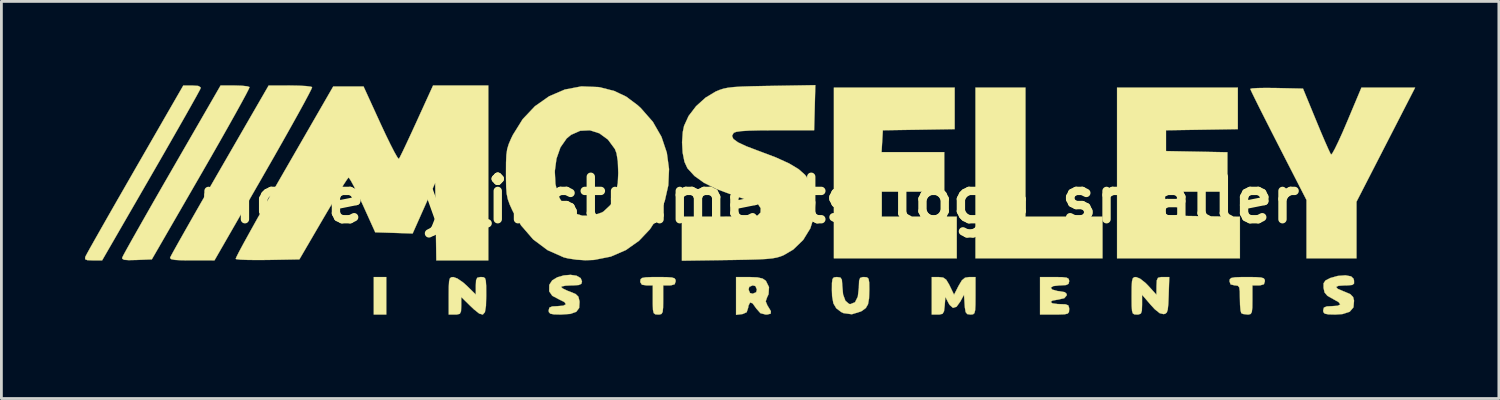
<source format=kicad_pcb>
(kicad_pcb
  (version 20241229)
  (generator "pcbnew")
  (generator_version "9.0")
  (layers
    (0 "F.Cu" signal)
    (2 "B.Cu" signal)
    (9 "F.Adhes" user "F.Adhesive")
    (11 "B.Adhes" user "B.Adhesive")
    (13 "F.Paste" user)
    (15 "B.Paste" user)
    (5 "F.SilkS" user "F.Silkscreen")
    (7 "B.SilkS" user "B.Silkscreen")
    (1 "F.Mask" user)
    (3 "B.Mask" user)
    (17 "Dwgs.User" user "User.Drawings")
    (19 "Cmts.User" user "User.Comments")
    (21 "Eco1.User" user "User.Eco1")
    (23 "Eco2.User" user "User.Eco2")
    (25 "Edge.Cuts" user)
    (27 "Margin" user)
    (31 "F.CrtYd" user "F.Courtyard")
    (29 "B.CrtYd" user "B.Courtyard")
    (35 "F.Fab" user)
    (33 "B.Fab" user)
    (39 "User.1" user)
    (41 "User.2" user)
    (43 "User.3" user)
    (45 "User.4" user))
  (footprint "moseley_instruments_logo_smaller"
    (layer "F.Cu")
    (at 23.809 4.127)
    (property "Reference" "moseley_instruments_logo_smaller" (at 0 0 0) (layer "F.SilkS") (effects (font (size 1.524 1.524) (thickness 0.3))))
    (attr through_hole)
    (fp_poly (pts (xy -12.999 4.109) (xy -13.447 4.109) (xy -13.447 2.764) (xy -12.999 2.764) (xy -12.999 4.109)) (stroke (width 0.01) (type solid)) (fill yes) (layer "F.SilkS"))
    (fp_poly (pts (xy 9.936 0.598) (xy 12.7 0.598) (xy 12.7 2.092) (xy 8.143 2.092) (xy 8.143 -4.034) (xy 9.936 -4.034) (xy 9.936 0.598)) (stroke (width 0.01) (type solid)) (fill yes) (layer "F.SilkS"))
    (fp_poly (pts (xy 7.396 -2.544) (xy 6.107 -2.523) (xy 4.819 -2.503) (xy 4.796 -2.11) (xy 4.773 -1.718) (xy 7.022 -1.718) (xy 7.022 -0.299) (xy 4.781 -0.299) (xy 4.781 0.598) (xy 7.471 0.598) (xy 7.471 2.092) (xy 3.063 2.092) (xy 3.063 -4.034) (xy 7.396 -4.034) (xy 7.396 -2.544)) (stroke (width 0.01) (type solid)) (fill yes) (layer "F.SilkS"))
    (fp_poly (pts (xy 17.556 -2.544) (xy 16.267 -2.523) (xy 14.979 -2.503) (xy 14.979 -1.756) (xy 16.08 -1.735) (xy 17.182 -1.714) (xy 17.182 -0.299) (xy 14.934 -0.299) (xy 14.956 0.131) (xy 14.979 0.56) (xy 16.305 0.581) (xy 17.631 0.601) (xy 17.631 2.092) (xy 13.223 2.092) (xy 13.223 -4.034) (xy 17.556 -4.034) (xy 17.556 -2.544)) (stroke (width 0.01) (type solid)) (fill yes) (layer "F.SilkS"))
    (fp_poly (pts (xy -19.747 -4.094) (xy -19.662 -4.045) (xy -19.661 -4.009) (xy -19.702 -3.926) (xy -19.811 -3.726) (xy -19.98 -3.424) (xy -20.201 -3.032) (xy -20.468 -2.564) (xy -20.772 -2.032) (xy -21.106 -1.45) (xy -21.44 -0.871) (xy -23.195 2.166) (xy -23.521 2.166) (xy -23.721 2.158) (xy -23.804 2.124) (xy -23.801 2.048) (xy -23.797 2.036) (xy -23.75 1.946) (xy -23.637 1.74) (xy -23.463 1.432) (xy -23.238 1.035) (xy -22.969 0.562) (xy -22.663 0.027) (xy -22.328 -0.556) (xy -22.015 -1.101) (xy -20.283 -4.107) (xy -19.96 -4.108) (xy -19.747 -4.094)) (stroke (width 0.01) (type solid)) (fill yes) (layer "F.SilkS"))
    (fp_poly (pts (xy -18.183 -4.101) (xy -17.99 -4.081) (xy -17.905 -4.053) (xy -17.935 -3.979) (xy -18.032 -3.789) (xy -18.191 -3.495) (xy -18.403 -3.111) (xy -18.662 -2.649) (xy -18.96 -2.122) (xy -19.29 -1.544) (xy -19.641 -0.934) (xy -21.411 2.129) (xy -21.955 2.151) (xy -22.241 2.157) (xy -22.405 2.145) (xy -22.471 2.108) (xy -22.474 2.068) (xy -22.433 1.983) (xy -22.324 1.783) (xy -22.155 1.48) (xy -21.933 1.087) (xy -21.667 0.618) (xy -21.363 0.085) (xy -21.029 -0.497) (xy -20.697 -1.073) (xy -18.944 -4.109) (xy -18.441 -4.109) (xy -18.183 -4.101)) (stroke (width 0.01) (type solid)) (fill yes) (layer "F.SilkS"))
    (fp_poly (pts (xy -16.137 -4.103) (xy -15.875 -4.089) (xy -15.705 -4.067) (xy -15.66 -4.05) (xy -15.689 -3.975) (xy -15.786 -3.784) (xy -15.943 -3.489) (xy -16.154 -3.104) (xy -16.412 -2.641) (xy -16.709 -2.113) (xy -17.038 -1.533) (xy -17.393 -0.914) (xy -17.393 -0.913) (xy -19.162 2.163) (xy -19.971 2.165) (xy -20.341 2.162) (xy -20.581 2.149) (xy -20.713 2.123) (xy -20.756 2.083) (xy -20.755 2.069) (xy -20.714 1.986) (xy -20.605 1.787) (xy -20.436 1.485) (xy -20.215 1.094) (xy -19.949 0.626) (xy -19.645 0.094) (xy -19.31 -0.488) (xy -18.975 -1.069) (xy -17.22 -4.108) (xy -16.458 -4.109) (xy -16.137 -4.103)) (stroke (width 0.01) (type solid)) (fill yes) (layer "F.SilkS"))
    (fp_poly (pts (xy -2.941 2.767) (xy -2.752 2.78) (xy -2.655 2.81) (xy -2.619 2.864) (xy -2.615 2.914) (xy -2.65 3.023) (xy -2.781 3.061) (xy -2.839 3.063) (xy -3.063 3.063) (xy -3.063 3.586) (xy -3.066 3.859) (xy -3.082 4.015) (xy -3.123 4.088) (xy -3.2 4.108) (xy -3.25 4.109) (xy -3.347 4.101) (xy -3.403 4.056) (xy -3.429 3.942) (xy -3.436 3.725) (xy -3.436 3.586) (xy -3.436 3.063) (xy -3.661 3.063) (xy -3.825 3.039) (xy -3.882 2.952) (xy -3.885 2.914) (xy -3.873 2.841) (xy -3.818 2.797) (xy -3.691 2.774) (xy -3.462 2.765) (xy -3.25 2.764) (xy -2.941 2.767)) (stroke (width 0.01) (type solid)) (fill yes) (layer "F.SilkS"))
    (fp_poly (pts (xy 18.201 2.767) (xy 18.389 2.78) (xy 18.487 2.81) (xy 18.523 2.864) (xy 18.527 2.914) (xy 18.492 3.023) (xy 18.361 3.061) (xy 18.303 3.063) (xy 18.079 3.063) (xy 18.079 3.586) (xy 18.076 3.859) (xy 18.059 4.016) (xy 18.018 4.088) (xy 17.942 4.108) (xy 17.905 4.109) (xy 17.748 4.09) (xy 17.68 4.059) (xy 17.654 3.963) (xy 17.636 3.764) (xy 17.631 3.536) (xy 17.627 3.279) (xy 17.608 3.138) (xy 17.559 3.077) (xy 17.467 3.063) (xy 17.444 3.063) (xy 17.297 3.028) (xy 17.257 2.914) (xy 17.269 2.841) (xy 17.324 2.797) (xy 17.451 2.774) (xy 17.68 2.765) (xy 17.892 2.764) (xy 18.201 2.767)) (stroke (width 0.01) (type solid)) (fill yes) (layer "F.SilkS"))
    (fp_poly (pts (xy 22.866 -1.986) (xy 21.814 0.062) (xy 21.814 2.092) (xy 20.021 2.092) (xy 20.021 -0.000432) (xy 19.013 -1.967) (xy 18.758 -2.466) (xy 18.527 -2.922) (xy 18.327 -3.318) (xy 18.169 -3.637) (xy 18.059 -3.862) (xy 18.007 -3.976) (xy 18.004 -3.987) (xy 18.074 -4.005) (xy 18.265 -4.017) (xy 18.55 -4.022) (xy 18.899 -4.019) (xy 18.95 -4.018) (xy 19.895 -3.997) (xy 20.371 -2.841) (xy 20.532 -2.453) (xy 20.677 -2.114) (xy 20.795 -1.847) (xy 20.875 -1.677) (xy 20.903 -1.629) (xy 20.948 -1.676) (xy 21.039 -1.84) (xy 21.166 -2.102) (xy 21.32 -2.441) (xy 21.475 -2.803) (xy 21.992 -4.034) (xy 23.918 -4.034) (xy 22.866 -1.986)) (stroke (width 0.01) (type solid)) (fill yes) (layer "F.SilkS"))
    (fp_poly (pts (xy -9.511 2.769) (xy -9.456 2.805) (xy -9.427 2.899) (xy -9.415 3.08) (xy -9.413 3.377) (xy -9.413 3.436) (xy -9.422 3.8) (xy -9.459 4.022) (xy -9.535 4.111) (xy -9.664 4.074) (xy -9.857 3.92) (xy -9.989 3.794) (xy -10.309 3.48) (xy -10.309 3.794) (xy -10.317 3.992) (xy -10.36 4.083) (xy -10.469 4.108) (xy -10.534 4.109) (xy -10.758 4.109) (xy -10.758 3.436) (xy -10.756 3.118) (xy -10.745 2.92) (xy -10.718 2.814) (xy -10.669 2.772) (xy -10.592 2.764) (xy -10.447 2.816) (xy -10.249 2.952) (xy -10.107 3.078) (xy -9.786 3.393) (xy -9.786 3.078) (xy -9.777 2.88) (xy -9.734 2.789) (xy -9.632 2.765) (xy -9.6 2.764) (xy -9.511 2.769)) (stroke (width 0.01) (type solid)) (fill yes) (layer "F.SilkS"))
    (fp_poly (pts (xy 15.075 3.418) (xy 15.062 3.733) (xy 15.042 3.929) (xy 15.008 4.035) (xy 14.951 4.081) (xy 14.894 4.094) (xy 14.755 4.062) (xy 14.576 3.919) (xy 14.428 3.758) (xy 14.12 3.399) (xy 14.12 3.754) (xy 14.113 3.969) (xy 14.078 4.073) (xy 13.996 4.107) (xy 13.933 4.109) (xy 13.844 4.103) (xy 13.789 4.068) (xy 13.76 3.974) (xy 13.748 3.793) (xy 13.746 3.496) (xy 13.746 3.436) (xy 13.748 3.118) (xy 13.759 2.919) (xy 13.786 2.814) (xy 13.835 2.771) (xy 13.904 2.764) (xy 14.046 2.82) (xy 14.234 2.966) (xy 14.349 3.082) (xy 14.636 3.399) (xy 14.639 3.082) (xy 14.649 2.882) (xy 14.692 2.791) (xy 14.8 2.765) (xy 14.869 2.764) (xy 15.096 2.764) (xy 15.075 3.418)) (stroke (width 0.01) (type solid)) (fill yes) (layer "F.SilkS"))
    (fp_poly (pts (xy 6.983 2.782) (xy 7.093 2.859) (xy 7.198 3.034) (xy 7.221 3.081) (xy 7.374 3.398) (xy 7.536 3.081) (xy 7.654 2.882) (xy 7.767 2.788) (xy 7.917 2.764) (xy 7.92 2.764) (xy 8.143 2.764) (xy 8.143 3.436) (xy 8.141 3.755) (xy 8.131 3.952) (xy 8.105 4.058) (xy 8.055 4.101) (xy 7.973 4.109) (xy 7.96 4.109) (xy 7.848 4.093) (xy 7.79 4.021) (xy 7.762 3.853) (xy 7.755 3.754) (xy 7.732 3.399) (xy 7.599 3.642) (xy 7.463 3.83) (xy 7.336 3.87) (xy 7.214 3.762) (xy 7.166 3.679) (xy 7.062 3.474) (xy 7.038 3.791) (xy 7.014 3.991) (xy 6.961 4.083) (xy 6.848 4.108) (xy 6.794 4.109) (xy 6.574 4.109) (xy 6.574 2.764) (xy 6.821 2.764) (xy 6.983 2.782)) (stroke (width 0.01) (type solid)) (fill yes) (layer "F.SilkS"))
    (fp_poly (pts (xy 11.257 2.768) (xy 11.414 2.786) (xy 11.486 2.828) (xy 11.505 2.902) (xy 11.505 2.914) (xy 11.483 3.006) (xy 11.393 3.051) (xy 11.197 3.063) (xy 11.162 3.063) (xy 10.935 3.088) (xy 10.846 3.146) (xy 10.896 3.213) (xy 11.084 3.265) (xy 11.16 3.273) (xy 11.348 3.306) (xy 11.416 3.371) (xy 11.415 3.423) (xy 11.329 3.523) (xy 11.112 3.572) (xy 11.112 3.572) (xy 10.906 3.608) (xy 10.839 3.659) (xy 10.906 3.707) (xy 11.1 3.734) (xy 11.169 3.735) (xy 11.376 3.743) (xy 11.474 3.781) (xy 11.503 3.872) (xy 11.505 3.922) (xy 11.497 4.02) (xy 11.452 4.075) (xy 11.338 4.101) (xy 11.121 4.108) (xy 10.982 4.109) (xy 10.459 4.109) (xy 10.459 2.764) (xy 10.982 2.764) (xy 11.257 2.768)) (stroke (width 0.01) (type solid)) (fill yes) (layer "F.SilkS"))
    (fp_poly (pts (xy 0.319 2.776) (xy 0.505 2.818) (xy 0.621 2.898) (xy 0.623 2.901) (xy 0.734 3.125) (xy 0.718 3.38) (xy 0.661 3.502) (xy 0.616 3.637) (xy 0.678 3.787) (xy 0.698 3.816) (xy 0.801 3.989) (xy 0.794 4.078) (xy 0.67 4.108) (xy 0.614 4.109) (xy 0.426 4.06) (xy 0.279 3.894) (xy 0.273 3.885) (xy 0.146 3.708) (xy 0.055 3.676) (xy -0.001 3.788) (xy -0.014 3.866) (xy -0.067 4.026) (xy -0.209 4.09) (xy -0.243 4.095) (xy -0.448 4.119) (xy -0.448 3.212) (xy 0 3.212) (xy 0.053 3.337) (xy 0.149 3.362) (xy 0.274 3.309) (xy 0.299 3.212) (xy 0.246 3.087) (xy 0.149 3.063) (xy 0.025 3.116) (xy 0 3.212) (xy -0.448 3.212) (xy -0.448 2.764) (xy 0.026 2.764) (xy 0.319 2.776)) (stroke (width 0.01) (type solid)) (fill yes) (layer "F.SilkS"))
    (fp_poly (pts (xy 4.25 2.774) (xy 4.306 2.826) (xy 4.329 2.957) (xy 4.333 3.201) (xy 4.333 3.206) (xy 4.324 3.528) (xy 4.287 3.739) (xy 4.208 3.875) (xy 4.073 3.976) (xy 4.029 4) (xy 3.706 4.099) (xy 3.406 4.058) (xy 3.324 4.019) (xy 3.147 3.884) (xy 3.044 3.707) (xy 2.998 3.447) (xy 2.991 3.231) (xy 2.993 2.976) (xy 3.012 2.836) (xy 3.061 2.777) (xy 3.155 2.764) (xy 3.175 2.764) (xy 3.296 2.781) (xy 3.349 2.859) (xy 3.362 3.041) (xy 3.362 3.058) (xy 3.392 3.388) (xy 3.477 3.618) (xy 3.608 3.728) (xy 3.656 3.735) (xy 3.82 3.668) (xy 3.921 3.467) (xy 3.959 3.138) (xy 3.959 3.105) (xy 3.967 2.896) (xy 4.004 2.796) (xy 4.092 2.766) (xy 4.146 2.764) (xy 4.25 2.774)) (stroke (width 0.01) (type solid)) (fill yes) (layer "F.SilkS"))
    (fp_poly (pts (xy -6.172 2.716) (xy -6.023 2.802) (xy -5.976 2.922) (xy -5.999 3.007) (xy -6.09 3.049) (xy -6.285 3.063) (xy -6.35 3.063) (xy -6.563 3.073) (xy -6.698 3.1) (xy -6.724 3.121) (xy -6.66 3.178) (xy -6.498 3.255) (xy -6.406 3.289) (xy -6.205 3.373) (xy -6.106 3.468) (xy -6.068 3.623) (xy -6.064 3.657) (xy -6.078 3.872) (xy -6.182 4.011) (xy -6.394 4.086) (xy -6.732 4.109) (xy -6.738 4.109) (xy -6.983 4.103) (xy -7.114 4.078) (xy -7.165 4.021) (xy -7.172 3.959) (xy -7.146 3.861) (xy -7.044 3.818) (xy -6.877 3.81) (xy -6.644 3.791) (xy -6.554 3.739) (xy -6.608 3.66) (xy -6.8 3.565) (xy -7.043 3.436) (xy -7.153 3.277) (xy -7.15 3.061) (xy -7.143 3.033) (xy -7.045 2.883) (xy -6.861 2.772) (xy -6.629 2.705) (xy -6.386 2.685) (xy -6.172 2.716)) (stroke (width 0.01) (type solid)) (fill yes) (layer "F.SilkS"))
    (fp_poly (pts (xy 21.429 2.704) (xy 21.621 2.74) (xy 21.708 2.823) (xy 21.726 2.895) (xy 21.726 2.998) (xy 21.664 3.047) (xy 21.502 3.062) (xy 21.408 3.063) (xy 21.172 3.077) (xy 21.083 3.119) (xy 21.14 3.186) (xy 21.345 3.275) (xy 21.385 3.289) (xy 21.592 3.378) (xy 21.693 3.482) (xy 21.726 3.611) (xy 21.705 3.851) (xy 21.57 4.009) (xy 21.313 4.092) (xy 21.055 4.109) (xy 20.809 4.103) (xy 20.677 4.078) (xy 20.626 4.022) (xy 20.619 3.959) (xy 20.645 3.86) (xy 20.75 3.817) (xy 20.905 3.81) (xy 21.142 3.794) (xy 21.232 3.747) (xy 21.177 3.667) (xy 20.977 3.553) (xy 20.976 3.553) (xy 20.771 3.437) (xy 20.67 3.319) (xy 20.633 3.155) (xy 20.633 2.988) (xy 20.701 2.888) (xy 20.874 2.799) (xy 20.883 2.796) (xy 21.142 2.724) (xy 21.407 2.703) (xy 21.429 2.704)) (stroke (width 0.01) (type solid)) (fill yes) (layer "F.SilkS"))
    (fp_poly (pts (xy -9.338 2.166) (xy -11.203 2.166) (xy -11.223 0.775) (xy -11.243 -0.617) (xy -11.648 0.292) (xy -12.053 1.201) (xy -12.724 1.179) (xy -13.395 1.158) (xy -13.844 0.166) (xy -14.006 -0.183) (xy -14.151 -0.475) (xy -14.266 -0.687) (xy -14.339 -0.796) (xy -14.354 -0.805) (xy -14.408 -0.737) (xy -14.525 -0.559) (xy -14.693 -0.288) (xy -14.902 0.057) (xy -15.139 0.456) (xy -15.266 0.672) (xy -16.116 2.129) (xy -17.241 2.15) (xy -17.636 2.153) (xy -17.974 2.149) (xy -18.231 2.139) (xy -18.378 2.122) (xy -18.402 2.112) (xy -18.373 2.038) (xy -18.276 1.847) (xy -18.118 1.553) (xy -17.906 1.169) (xy -17.648 0.706) (xy -17.35 0.179) (xy -17.02 -0.4) (xy -16.67 -1.009) (xy -14.904 -4.071) (xy -13.813 -4.071) (xy -13.206 -2.744) (xy -13.017 -2.34) (xy -12.847 -1.991) (xy -12.706 -1.717) (xy -12.603 -1.538) (xy -12.55 -1.473) (xy -12.547 -1.474) (xy -12.501 -1.557) (xy -12.404 -1.754) (xy -12.267 -2.043) (xy -12.1 -2.402) (xy -11.913 -2.808) (xy -11.908 -2.82) (xy -11.32 -4.109) (xy -9.338 -4.109) (xy -9.338 2.166)) (stroke (width 0.01) (type solid)) (fill yes) (layer "F.SilkS"))
    (fp_poly (pts (xy -5.388 -4.053) (xy -5.324 -4.042) (xy -4.817 -3.912) (xy -4.389 -3.709) (xy -3.981 -3.404) (xy -3.868 -3.301) (xy -3.434 -2.807) (xy -3.124 -2.267) (xy -2.932 -1.696) (xy -2.853 -1.111) (xy -2.879 -0.528) (xy -3.007 0.037) (xy -3.228 0.568) (xy -3.538 1.049) (xy -3.932 1.464) (xy -4.402 1.796) (xy -4.943 2.03) (xy -5.549 2.15) (xy -5.859 2.161) (xy -6.17 2.141) (xy -6.476 2.095) (xy -6.627 2.058) (xy -7.211 1.799) (xy -7.727 1.413) (xy -8.162 0.911) (xy -8.467 0.387) (xy -8.57 0.16) (xy -8.638 -0.03) (xy -8.678 -0.224) (xy -8.697 -0.464) (xy -8.703 -0.794) (xy -8.703 -0.973) (xy -8.703 -1.032) (xy -6.952 -1.032) (xy -6.929 -0.574) (xy -6.823 -0.15) (xy -6.632 0.2) (xy -6.59 0.25) (xy -6.314 0.456) (xy -5.97 0.561) (xy -5.605 0.56) (xy -5.264 0.448) (xy -5.201 0.41) (xy -4.947 0.171) (xy -4.779 -0.165) (xy -4.691 -0.61) (xy -4.675 -0.971) (xy -4.69 -1.386) (xy -4.737 -1.678) (xy -4.795 -1.83) (xy -5.045 -2.169) (xy -5.353 -2.394) (xy -5.694 -2.502) (xy -6.041 -2.485) (xy -6.37 -2.339) (xy -6.528 -2.207) (xy -6.75 -1.889) (xy -6.892 -1.483) (xy -6.952 -1.032) (xy -8.703 -1.032) (xy -8.701 -1.351) (xy -8.689 -1.621) (xy -8.66 -1.826) (xy -8.605 -2.007) (xy -8.519 -2.207) (xy -8.455 -2.338) (xy -8.105 -2.9) (xy -7.665 -3.365) (xy -7.155 -3.723) (xy -6.593 -3.964) (xy -5.997 -4.077) (xy -5.388 -4.053)) (stroke (width 0.01) (type solid)) (fill yes) (layer "F.SilkS"))
    (fp_poly (pts (xy 2.375 -3.312) (xy 2.353 -2.503) (xy 0.957 -2.503) (xy 0.42 -2.5) (xy 0.018 -2.49) (xy -0.265 -2.472) (xy -0.443 -2.446) (xy -0.531 -2.411) (xy -0.535 -2.407) (xy -0.593 -2.301) (xy -0.545 -2.191) (xy -0.381 -2.071) (xy -0.09 -1.933) (xy 0.335 -1.771) (xy 0.381 -1.755) (xy 0.986 -1.526) (xy 1.454 -1.313) (xy 1.796 -1.108) (xy 2.025 -0.905) (xy 2.075 -0.84) (xy 2.299 -0.397) (xy 2.392 0.077) (xy 2.362 0.557) (xy 2.216 1.018) (xy 1.961 1.432) (xy 1.605 1.776) (xy 1.275 1.971) (xy 1.151 2.023) (xy 1.017 2.063) (xy 0.853 2.093) (xy 0.634 2.115) (xy 0.34 2.13) (xy -0.053 2.141) (xy -0.567 2.151) (xy -0.728 2.153) (xy -2.391 2.177) (xy -2.391 0.598) (xy -1.089 0.598) (xy -0.657 0.595) (xy -0.271 0.588) (xy 0.041 0.578) (xy 0.252 0.564) (xy 0.33 0.552) (xy 0.43 0.448) (xy 0.436 0.295) (xy 0.355 0.169) (xy 0.25 0.117) (xy 0.035 0.032) (xy -0.259 -0.074) (xy -0.583 -0.184) (xy -1.155 -0.397) (xy -1.599 -0.619) (xy -1.939 -0.863) (xy -2.193 -1.14) (xy -2.299 -1.371) (xy -2.364 -1.698) (xy -2.385 -2.072) (xy -2.359 -2.442) (xy -2.314 -2.659) (xy -2.151 -3.015) (xy -1.882 -3.367) (xy -1.542 -3.674) (xy -1.179 -3.892) (xy -1.038 -3.951) (xy -0.898 -3.996) (xy -0.737 -4.029) (xy -0.529 -4.053) (xy -0.252 -4.07) (xy 0.119 -4.082) (xy 0.607 -4.092) (xy 0.806 -4.095) (xy 2.396 -4.122) (xy 2.375 -3.312)) (stroke (width 0.01) (type solid)) (fill yes) (layer "F.SilkS")))
  (gr_rect
    (start -3 -3)
    (end 50.732 11.25)
    (stroke (width 0.1) (type default))
    (fill no)
    (layer "Edge.Cuts")))
</source>
